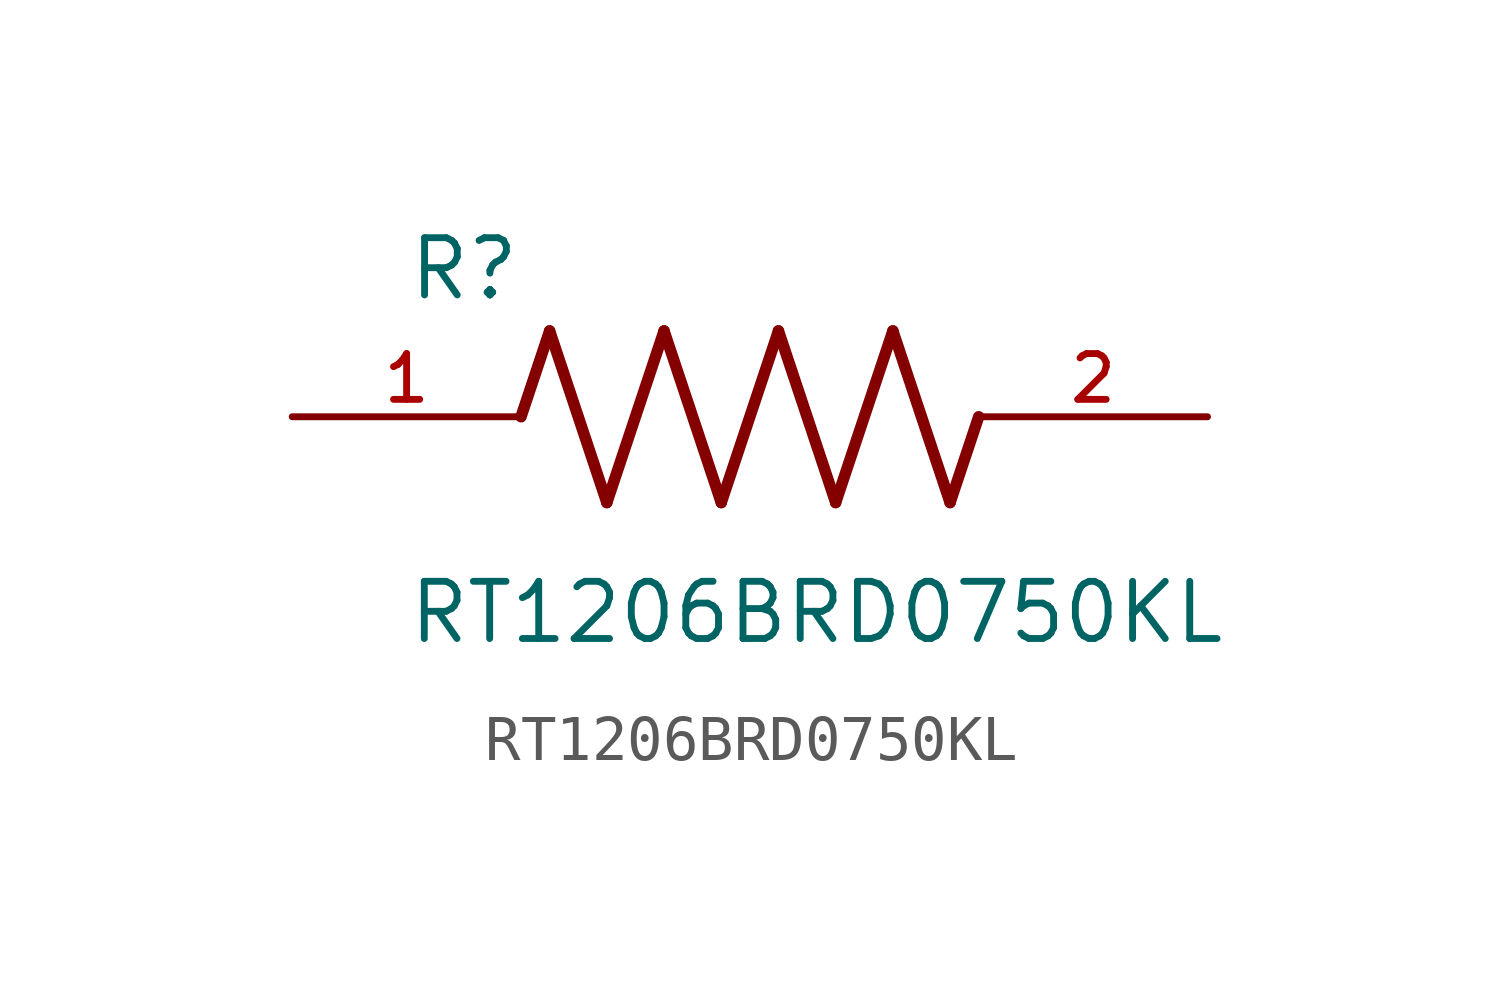
<source format=kicad_sym>
(kicad_symbol_lib
  (version 20211014)
  (generator kicad_symbol_editor)
  (symbol "RT1206BRD0750KL"
    (pin_names
      (offset 1.016))
    (property "Reference" "R"
      (at -7.624 2.541 0)
      (effects (font (size 1.27 1.27)) (justify bottom left)))
    (property "Value" "RT1206BRD0750KL"
      (at -7.63 -5.087 0)
      (effects (font (size 1.27 1.27)) (justify bottom left)))
    (symbol "RT1206BRD0750KL_0_0"
      (polyline (pts (xy -5.08 0.0) (xy -4.445 1.905)) (stroke (width 0.254)))
      (polyline (pts (xy -4.445 1.905) (xy -3.175 -1.905)) (stroke (width 0.254)))
      (polyline (pts (xy -3.175 -1.905) (xy -1.905 1.905)) (stroke (width 0.254)))
      (polyline (pts (xy -1.905 1.905) (xy -0.635 -1.905)) (stroke (width 0.254)))
      (polyline (pts (xy -0.635 -1.905) (xy 0.635 1.905)) (stroke (width 0.254)))
      (polyline (pts (xy 0.635 1.905) (xy 1.905 -1.905)) (stroke (width 0.254)))
      (polyline (pts (xy 1.905 -1.905) (xy 3.175 1.905)) (stroke (width 0.254)))
      (polyline (pts (xy 3.175 1.905) (xy 4.445 -1.905)) (stroke (width 0.254)))
      (polyline (pts (xy 4.445 -1.905) (xy 5.08 0.0)) (stroke (width 0.254)))
      (pin passive line (at -10.16 0.0 0) (length 5.08) (name "~" (effects (font (size 1.016 1.016)))) (number "1" (effects (font (size 1.016 1.016)))))
      (pin passive line (at 10.16 0.0 180.0) (length 5.08) (name "~" (effects (font (size 1.016 1.016)))) (number "2" (effects (font (size 1.016 1.016))))))))
</source>
